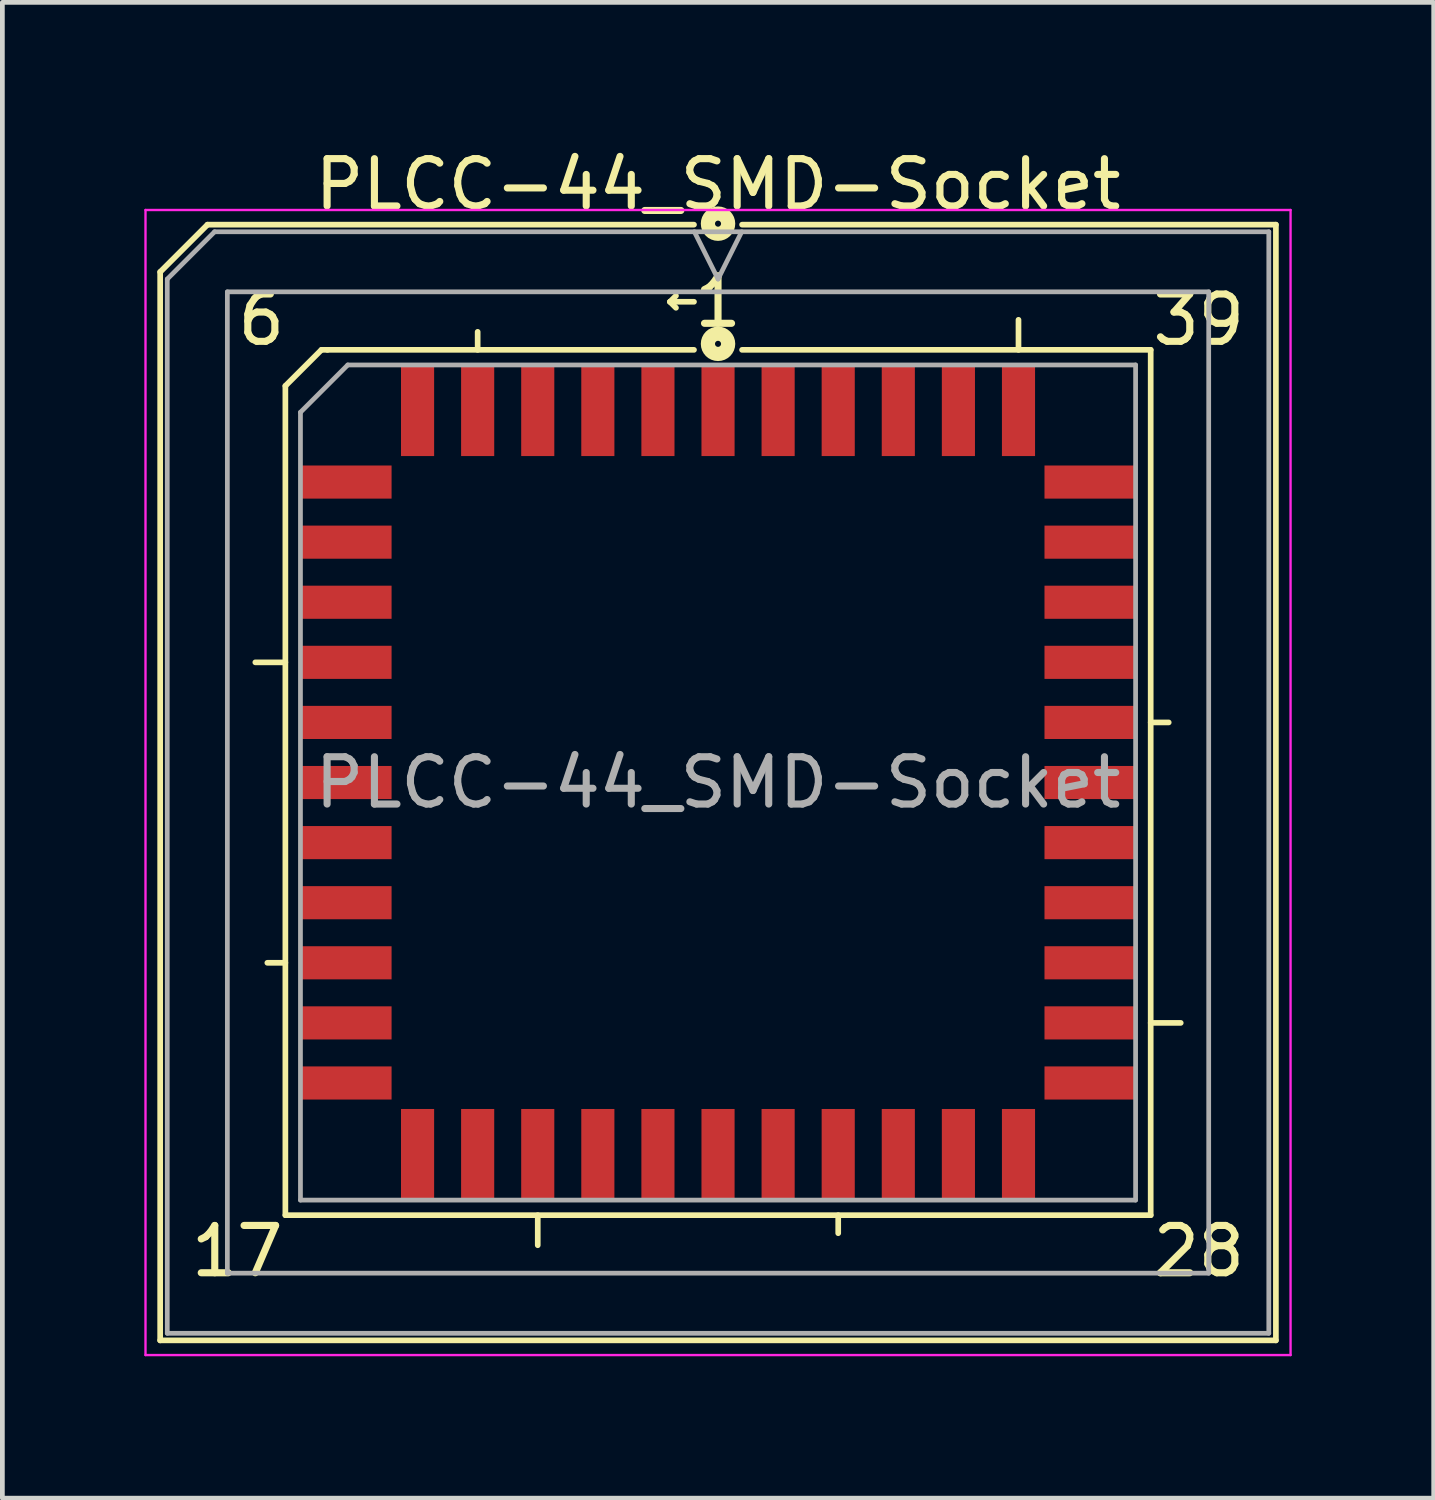
<source format=kicad_pcb>
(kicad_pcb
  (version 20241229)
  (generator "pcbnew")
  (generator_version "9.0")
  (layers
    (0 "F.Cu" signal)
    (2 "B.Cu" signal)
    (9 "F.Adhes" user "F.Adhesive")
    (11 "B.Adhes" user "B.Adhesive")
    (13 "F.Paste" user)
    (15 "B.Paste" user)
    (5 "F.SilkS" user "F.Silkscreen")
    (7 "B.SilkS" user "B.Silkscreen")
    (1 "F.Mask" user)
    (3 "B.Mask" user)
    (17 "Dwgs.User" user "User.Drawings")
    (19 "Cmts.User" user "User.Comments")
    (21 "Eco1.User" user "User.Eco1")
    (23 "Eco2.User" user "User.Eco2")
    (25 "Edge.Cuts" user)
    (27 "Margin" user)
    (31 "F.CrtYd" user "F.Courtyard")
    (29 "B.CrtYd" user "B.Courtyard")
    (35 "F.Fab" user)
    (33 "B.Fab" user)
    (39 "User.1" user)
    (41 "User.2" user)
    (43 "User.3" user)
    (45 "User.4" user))
  (footprint "PLCC-44_SMD-Socket"
    (layer "F.Cu")
    (at 12.125 13.488)
    (property "Reference" "PLCC-44_SMD-Socket" (at 0 -12.64 0) (layer "F.SilkS") (effects (font (size 1 1) (thickness 0.15))))
    (attr smd)
    (fp_line (start -11.79 -10.79) (end -11.79 11.79) (stroke (width 0.12) (type solid)) (layer "F.SilkS"))
    (fp_line (start -11.79 11.79) (end 11.79 11.79) (stroke (width 0.12) (type solid)) (layer "F.SilkS"))
    (fp_line (start -10.79 -11.79) (end -11.79 -10.79) (stroke (width 0.12) (type solid)) (layer "F.SilkS"))
    (fp_line (start -9.144 -8.382) (end -9.144 9.144) (stroke (width 0.12) (type solid)) (layer "F.SilkS"))
    (fp_line (start -9.144 -2.54) (end -9.779 -2.54) (stroke (width 0.12) (type solid)) (layer "F.SilkS"))
    (fp_line (start -9.144 3.81) (end -9.525 3.81) (stroke (width 0.12) (type solid)) (layer "F.SilkS"))
    (fp_line (start -9.144 9.144) (end 9.144 9.144) (stroke (width 0.12) (type solid)) (layer "F.SilkS"))
    (fp_line (start -8.382 -9.144) (end -9.144 -8.382) (stroke (width 0.12) (type solid)) (layer "F.SilkS"))
    (fp_line (start -8.255 -9.144) (end -8.382 -9.144) (stroke (width 0.12) (type solid)) (layer "F.SilkS"))
    (fp_line (start -5.08 -9.144) (end -5.08 -9.525) (stroke (width 0.12) (type solid)) (layer "F.SilkS"))
    (fp_line (start -3.81 9.144) (end -3.81 9.779) (stroke (width 0.12) (type solid)) (layer "F.SilkS"))
    (fp_line (start -1.016 -10.16) (end -0.889 -10.287) (stroke (width 0.12) (type solid)) (layer "F.SilkS"))
    (fp_line (start -1.016 -10.16) (end -0.889 -10.033) (stroke (width 0.12) (type solid)) (layer "F.SilkS"))
    (fp_line (start -0.508 -11.79) (end -10.79 -11.79) (stroke (width 0.12) (type solid)) (layer "F.SilkS"))
    (fp_line (start -0.508 -10.16) (end -1.016 -10.16) (stroke (width 0.12) (type solid)) (layer "F.SilkS"))
    (fp_line (start -0.508 -9.144) (end -8.255 -9.144) (stroke (width 0.12) (type solid)) (layer "F.SilkS"))
    (fp_line (start 2.54 9.144) (end 2.54 9.525) (stroke (width 0.12) (type solid)) (layer "F.SilkS"))
    (fp_line (start 6.35 -9.144) (end 6.35 -9.779) (stroke (width 0.12) (type solid)) (layer "F.SilkS"))
    (fp_line (start 9.144 -9.144) (end 0.508 -9.144) (stroke (width 0.12) (type solid)) (layer "F.SilkS"))
    (fp_line (start 9.144 -1.27) (end 9.525 -1.27) (stroke (width 0.12) (type solid)) (layer "F.SilkS"))
    (fp_line (start 9.144 5.08) (end 9.779 5.08) (stroke (width 0.12) (type solid)) (layer "F.SilkS"))
    (fp_line (start 9.144 9.144) (end 9.144 -9.144) (stroke (width 0.12) (type solid)) (layer "F.SilkS"))
    (fp_line (start 11.79 -11.79) (end 0.508 -11.79) (stroke (width 0.12) (type solid)) (layer "F.SilkS"))
    (fp_line (start 11.79 11.79) (end 11.79 -11.79) (stroke (width 0.12) (type solid)) (layer "F.SilkS"))
    (fp_circle (center 0 -11.811) (end 0.064 -11.811) (stroke (width 0.3) (type solid)) (fill no) (layer "F.SilkS"))
    (fp_circle (center 0 -9.271) (end 0.064 -9.271) (stroke (width 0.3) (type solid)) (fill no) (layer "F.SilkS"))
    (fp_line (start -12.1 -12.1) (end -12.1 12.1) (stroke (width 0.05) (type solid)) (layer "F.CrtYd"))
    (fp_line (start -12.1 12.1) (end 12.1 12.1) (stroke (width 0.05) (type solid)) (layer "F.CrtYd"))
    (fp_line (start 12.1 -12.1) (end -12.1 -12.1) (stroke (width 0.05) (type solid)) (layer "F.CrtYd"))
    (fp_line (start 12.1 12.1) (end 12.1 -12.1) (stroke (width 0.05) (type solid)) (layer "F.CrtYd"))
    (fp_line (start -11.64 -10.64) (end -11.64 11.64) (stroke (width 0.1) (type solid)) (layer "F.Fab"))
    (fp_line (start -11.64 11.64) (end 11.64 11.64) (stroke (width 0.1) (type solid)) (layer "F.Fab"))
    (fp_line (start -10.64 -11.64) (end -11.64 -10.64) (stroke (width 0.1) (type solid)) (layer "F.Fab"))
    (fp_line (start -10.37 -10.37) (end -10.37 10.37) (stroke (width 0.1) (type solid)) (layer "F.Fab"))
    (fp_line (start -10.37 10.37) (end 10.37 10.37) (stroke (width 0.1) (type solid)) (layer "F.Fab"))
    (fp_line (start -8.825 -7.825) (end -8.825 8.825) (stroke (width 0.1) (type solid)) (layer "F.Fab"))
    (fp_line (start -8.825 8.825) (end 8.825 8.825) (stroke (width 0.1) (type solid)) (layer "F.Fab"))
    (fp_line (start -7.825 -8.825) (end -8.825 -7.825) (stroke (width 0.1) (type solid)) (layer "F.Fab"))
    (fp_line (start -0.5 -11.64) (end 0 -10.64) (stroke (width 0.1) (type solid)) (layer "F.Fab"))
    (fp_line (start 0 -10.64) (end 0.5 -11.64) (stroke (width 0.1) (type solid)) (layer "F.Fab"))
    (fp_line (start 8.825 -8.825) (end -7.825 -8.825) (stroke (width 0.1) (type solid)) (layer "F.Fab"))
    (fp_line (start 8.825 8.825) (end 8.825 -8.825) (stroke (width 0.1) (type solid)) (layer "F.Fab"))
    (fp_line (start 10.37 -10.37) (end -10.37 -10.37) (stroke (width 0.1) (type solid)) (layer "F.Fab"))
    (fp_line (start 10.37 10.37) (end 10.37 -10.37) (stroke (width 0.1) (type solid)) (layer "F.Fab"))
    (fp_line (start 11.64 -11.64) (end -10.64 -11.64) (stroke (width 0.1) (type solid)) (layer "F.Fab"))
    (fp_line (start 11.64 11.64) (end 11.64 -11.64) (stroke (width 0.1) (type solid)) (layer "F.Fab"))
    (fp_text user "28" (at 10.16 9.906 0) (unlocked yes) (layer "F.SilkS") (effects (font (size 1 1) (thickness 0.15))))
    (fp_text user "39" (at 10.16 -9.779 0) (unlocked yes) (layer "F.SilkS") (effects (font (size 1 1) (thickness 0.15))))
    (fp_text user "17" (at -10.16 9.906 0) (unlocked yes) (layer "F.SilkS") (effects (font (size 1 1) (thickness 0.15))))
    (fp_text user "1" (at 0 -10.16 0) (unlocked yes) (layer "F.SilkS") (effects (font (size 1 1) (thickness 0.15))))
    (fp_text user "6" (at -9.652 -9.779 0) (unlocked yes) (layer "F.SilkS") (effects (font (size 1 1) (thickness 0.15))))
    (fp_text user "${REFERENCE}" (at 0 0 0) (layer "F.Fab") (effects (font (size 1 1) (thickness 0.15))))
    (pad "1" smd rect (at 0 -7.862) (size 0.7 1.925) (layers "F.Cu" "F.Mask" "F.Paste"))
    (pad "2" smd rect (at -1.27 -7.862) (size 0.7 1.925) (layers "F.Cu" "F.Mask" "F.Paste"))
    (pad "3" smd rect (at -2.54 -7.862) (size 0.7 1.925) (layers "F.Cu" "F.Mask" "F.Paste"))
    (pad "4" smd rect (at -3.81 -7.862) (size 0.7 1.925) (layers "F.Cu" "F.Mask" "F.Paste"))
    (pad "5" smd rect (at -5.08 -7.862) (size 0.7 1.925) (layers "F.Cu" "F.Mask" "F.Paste"))
    (pad "6" smd rect (at -6.35 -7.862) (size 0.7 1.925) (layers "F.Cu" "F.Mask" "F.Paste"))
    (pad "7" smd rect (at -7.862 -6.35) (size 1.925 0.7) (layers "F.Cu" "F.Mask" "F.Paste"))
    (pad "8" smd rect (at -7.862 -5.08) (size 1.925 0.7) (layers "F.Cu" "F.Mask" "F.Paste"))
    (pad "9" smd rect (at -7.862 -3.81) (size 1.925 0.7) (layers "F.Cu" "F.Mask" "F.Paste"))
    (pad "10" smd rect (at -7.862 -2.54) (size 1.925 0.7) (layers "F.Cu" "F.Mask" "F.Paste"))
    (pad "11" smd rect (at -7.862 -1.27) (size 1.925 0.7) (layers "F.Cu" "F.Mask" "F.Paste"))
    (pad "12" smd rect (at -7.862 0) (size 1.925 0.7) (layers "F.Cu" "F.Mask" "F.Paste"))
    (pad "13" smd rect (at -7.862 1.27) (size 1.925 0.7) (layers "F.Cu" "F.Mask" "F.Paste"))
    (pad "14" smd rect (at -7.862 2.54) (size 1.925 0.7) (layers "F.Cu" "F.Mask" "F.Paste"))
    (pad "15" smd rect (at -7.862 3.81) (size 1.925 0.7) (layers "F.Cu" "F.Mask" "F.Paste"))
    (pad "16" smd rect (at -7.862 5.08) (size 1.925 0.7) (layers "F.Cu" "F.Mask" "F.Paste"))
    (pad "17" smd rect (at -7.862 6.35) (size 1.925 0.7) (layers "F.Cu" "F.Mask" "F.Paste"))
    (pad "18" smd rect (at -6.35 7.862) (size 0.7 1.925) (layers "F.Cu" "F.Mask" "F.Paste"))
    (pad "19" smd rect (at -5.08 7.862) (size 0.7 1.925) (layers "F.Cu" "F.Mask" "F.Paste"))
    (pad "20" smd rect (at -3.81 7.862) (size 0.7 1.925) (layers "F.Cu" "F.Mask" "F.Paste"))
    (pad "21" smd rect (at -2.54 7.862) (size 0.7 1.925) (layers "F.Cu" "F.Mask" "F.Paste"))
    (pad "22" smd rect (at -1.27 7.862) (size 0.7 1.925) (layers "F.Cu" "F.Mask" "F.Paste"))
    (pad "23" smd rect (at 0 7.862) (size 0.7 1.925) (layers "F.Cu" "F.Mask" "F.Paste"))
    (pad "24" smd rect (at 1.27 7.862) (size 0.7 1.925) (layers "F.Cu" "F.Mask" "F.Paste"))
    (pad "25" smd rect (at 2.54 7.862) (size 0.7 1.925) (layers "F.Cu" "F.Mask" "F.Paste"))
    (pad "26" smd rect (at 3.81 7.862) (size 0.7 1.925) (layers "F.Cu" "F.Mask" "F.Paste"))
    (pad "27" smd rect (at 5.08 7.862) (size 0.7 1.925) (layers "F.Cu" "F.Mask" "F.Paste"))
    (pad "28" smd rect (at 6.35 7.862) (size 0.7 1.925) (layers "F.Cu" "F.Mask" "F.Paste"))
    (pad "29" smd rect (at 7.862 6.35) (size 1.925 0.7) (layers "F.Cu" "F.Mask" "F.Paste"))
    (pad "30" smd rect (at 7.862 5.08) (size 1.925 0.7) (layers "F.Cu" "F.Mask" "F.Paste"))
    (pad "31" smd rect (at 7.862 3.81) (size 1.925 0.7) (layers "F.Cu" "F.Mask" "F.Paste"))
    (pad "32" smd rect (at 7.862 2.54) (size 1.925 0.7) (layers "F.Cu" "F.Mask" "F.Paste"))
    (pad "33" smd rect (at 7.862 1.27) (size 1.925 0.7) (layers "F.Cu" "F.Mask" "F.Paste"))
    (pad "34" smd rect (at 7.862 0) (size 1.925 0.7) (layers "F.Cu" "F.Mask" "F.Paste"))
    (pad "35" smd rect (at 7.862 -1.27) (size 1.925 0.7) (layers "F.Cu" "F.Mask" "F.Paste"))
    (pad "36" smd rect (at 7.862 -2.54) (size 1.925 0.7) (layers "F.Cu" "F.Mask" "F.Paste"))
    (pad "37" smd rect (at 7.862 -3.81) (size 1.925 0.7) (layers "F.Cu" "F.Mask" "F.Paste"))
    (pad "38" smd rect (at 7.862 -5.08) (size 1.925 0.7) (layers "F.Cu" "F.Mask" "F.Paste"))
    (pad "39" smd rect (at 7.862 -6.35) (size 1.925 0.7) (layers "F.Cu" "F.Mask" "F.Paste"))
    (pad "40" smd rect (at 6.35 -7.862) (size 0.7 1.925) (layers "F.Cu" "F.Mask" "F.Paste"))
    (pad "41" smd rect (at 5.08 -7.862) (size 0.7 1.925) (layers "F.Cu" "F.Mask" "F.Paste"))
    (pad "42" smd rect (at 3.81 -7.862) (size 0.7 1.925) (layers "F.Cu" "F.Mask" "F.Paste"))
    (pad "43" smd rect (at 2.54 -7.862) (size 0.7 1.925) (layers "F.Cu" "F.Mask" "F.Paste"))
    (pad "44" smd rect (at 1.27 -7.862) (size 0.7 1.925) (layers "F.Cu" "F.Mask" "F.Paste")))
  (gr_rect
    (start -3 -3)
    (end 27.25 28.613)
    (stroke (width 0.1) (type default))
    (fill no)
    (layer "Edge.Cuts")))
</source>
